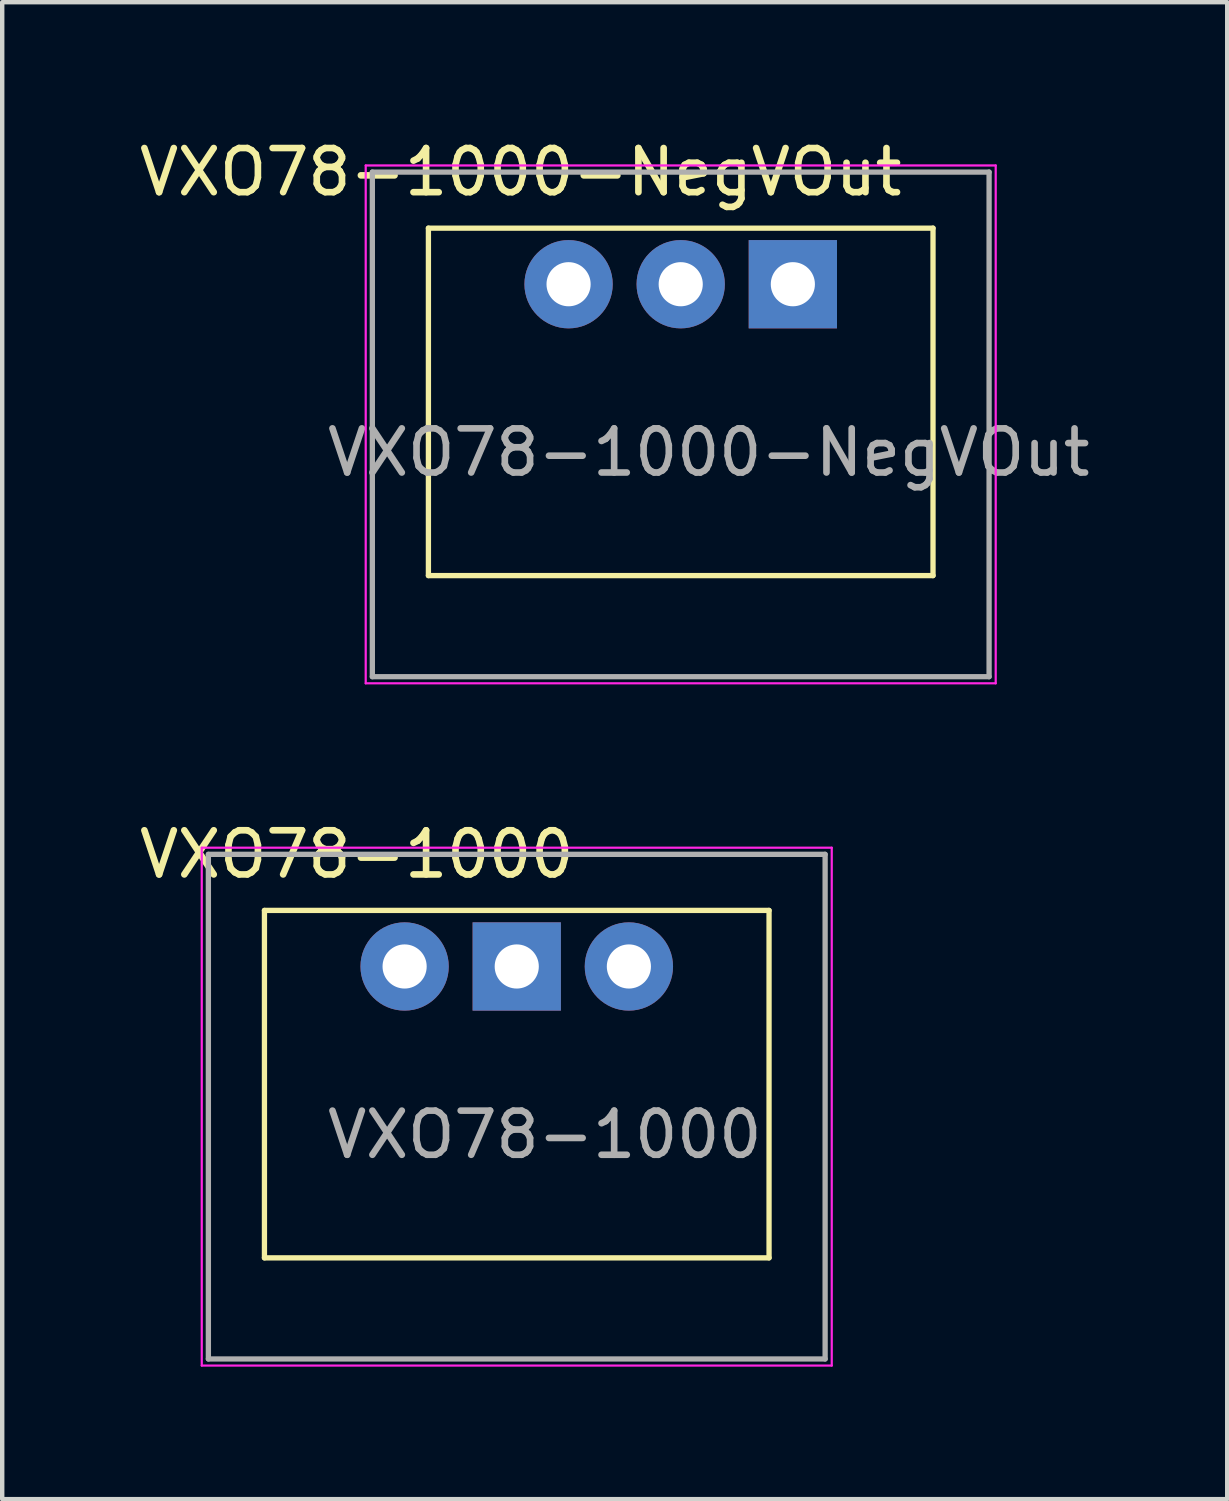
<source format=kicad_pcb>
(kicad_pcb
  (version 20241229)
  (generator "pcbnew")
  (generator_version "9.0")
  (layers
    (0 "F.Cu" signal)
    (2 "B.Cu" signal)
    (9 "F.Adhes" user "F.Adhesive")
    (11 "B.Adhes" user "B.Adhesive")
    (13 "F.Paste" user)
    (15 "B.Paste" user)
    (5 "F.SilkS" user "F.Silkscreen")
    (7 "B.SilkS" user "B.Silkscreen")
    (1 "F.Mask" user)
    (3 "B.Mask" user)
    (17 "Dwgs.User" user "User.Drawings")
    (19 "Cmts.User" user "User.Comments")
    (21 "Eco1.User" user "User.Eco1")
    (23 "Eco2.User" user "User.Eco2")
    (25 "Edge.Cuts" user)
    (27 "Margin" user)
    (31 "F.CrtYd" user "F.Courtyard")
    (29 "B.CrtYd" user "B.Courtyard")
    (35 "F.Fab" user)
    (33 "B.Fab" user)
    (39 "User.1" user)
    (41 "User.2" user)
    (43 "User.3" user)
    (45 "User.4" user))
  (footprint "VXO78-1000"
    (layer "F.Cu")
    (at 1.67 16.302)
    (property "Reference" "VXO78-1000" (at 3.36 0 0) (layer "F.SilkS") (effects (font (size 1 1) (thickness 0.15))))
    (attr through_hole)
    (fp_line (start 1.27 1.27) (end 1.27 9.14) (stroke (width 0.12) (type solid)) (layer "F.SilkS"))
    (fp_line (start 1.27 1.27) (end 12.7 1.27) (stroke (width 0.12) (type solid)) (layer "F.SilkS"))
    (fp_line (start 1.27 9.14) (end 12.7 9.14) (stroke (width 0.12) (type solid)) (layer "F.SilkS"))
    (fp_line (start 12.7 9.14) (end 12.7 1.27) (stroke (width 0.12) (type solid)) (layer "F.SilkS"))
    (fp_line (start -0.15 -0.15) (end -0.15 11.58) (stroke (width 0.05) (type solid)) (layer "F.CrtYd"))
    (fp_line (start -0.15 11.58) (end 14.12 11.58) (stroke (width 0.05) (type solid)) (layer "F.CrtYd"))
    (fp_line (start 14.12 -0.15) (end -0.15 -0.15) (stroke (width 0.05) (type solid)) (layer "F.CrtYd"))
    (fp_line (start 14.12 11.58) (end 14.12 -0.15) (stroke (width 0.05) (type solid)) (layer "F.CrtYd"))
    (fp_line (start 0 0) (end 0 11.43) (stroke (width 0.12) (type solid)) (layer "F.Fab"))
    (fp_line (start 0 11.43) (end 13.97 11.43) (stroke (width 0.12) (type solid)) (layer "F.Fab"))
    (fp_line (start 13.97 0) (end 0 0) (stroke (width 0.12) (type solid)) (layer "F.Fab"))
    (fp_line (start 13.97 11.43) (end 13.97 0) (stroke (width 0.12) (type solid)) (layer "F.Fab"))
    (fp_text user "${REFERENCE}" (at 7.62 6.35 0) (layer "F.Fab") (effects (font (size 1 1) (thickness 0.15))))
    (pad "1" thru_hole circle (at 4.445 2.54) (size 2 2) (drill 1) (layers "*.Cu" "*.Mask"))
    (pad "2" thru_hole rect (at 6.985 2.54) (size 2 2) (drill 1) (layers "*.Cu" "*.Mask"))
    (pad "3" thru_hole circle (at 9.525 2.54 90) (size 2 2) (drill 1) (layers "*.Cu" "*.Mask")))
  (footprint "VXO78-1000-NegVOut"
    (layer "F.Cu")
    (at 5.384 0.848)
    (property "Reference" "VXO78-1000-NegVOut" (at 3.36 0 0) (layer "F.SilkS") (effects (font (size 1 1) (thickness 0.15))))
    (attr through_hole)
    (fp_line (start 1.27 1.27) (end 1.27 9.14) (stroke (width 0.12) (type solid)) (layer "F.SilkS"))
    (fp_line (start 1.27 1.27) (end 12.7 1.27) (stroke (width 0.12) (type solid)) (layer "F.SilkS"))
    (fp_line (start 1.27 9.14) (end 12.7 9.14) (stroke (width 0.12) (type solid)) (layer "F.SilkS"))
    (fp_line (start 12.7 9.14) (end 12.7 1.27) (stroke (width 0.12) (type solid)) (layer "F.SilkS"))
    (fp_line (start -0.15 -0.15) (end -0.15 11.58) (stroke (width 0.05) (type solid)) (layer "F.CrtYd"))
    (fp_line (start -0.15 11.58) (end 14.12 11.58) (stroke (width 0.05) (type solid)) (layer "F.CrtYd"))
    (fp_line (start 14.12 -0.15) (end -0.15 -0.15) (stroke (width 0.05) (type solid)) (layer "F.CrtYd"))
    (fp_line (start 14.12 11.58) (end 14.12 -0.15) (stroke (width 0.05) (type solid)) (layer "F.CrtYd"))
    (fp_line (start 0 0) (end 0 11.43) (stroke (width 0.12) (type solid)) (layer "F.Fab"))
    (fp_line (start 0 11.43) (end 13.97 11.43) (stroke (width 0.12) (type solid)) (layer "F.Fab"))
    (fp_line (start 13.97 0) (end 0 0) (stroke (width 0.12) (type solid)) (layer "F.Fab"))
    (fp_line (start 13.97 11.43) (end 13.97 0) (stroke (width 0.12) (type solid)) (layer "F.Fab"))
    (fp_text user "${REFERENCE}" (at 7.62 6.35 0) (layer "F.Fab") (effects (font (size 1 1) (thickness 0.15))))
    (pad "1" thru_hole circle (at 4.445 2.54) (size 2 2) (drill 1) (layers "*.Cu" "*.Mask"))
    (pad "2" thru_hole circle (at 6.985 2.54) (size 2 2) (drill 1) (layers "*.Cu" "*.Mask"))
    (pad "3" thru_hole rect (at 9.525 2.54 90) (size 2 2) (drill 1) (layers "*.Cu" "*.Mask")))
  (gr_rect
    (start -3 -3)
    (end 24.748 30.907)
    (stroke (width 0.1) (type default))
    (fill no)
    (layer "Edge.Cuts")))
</source>
